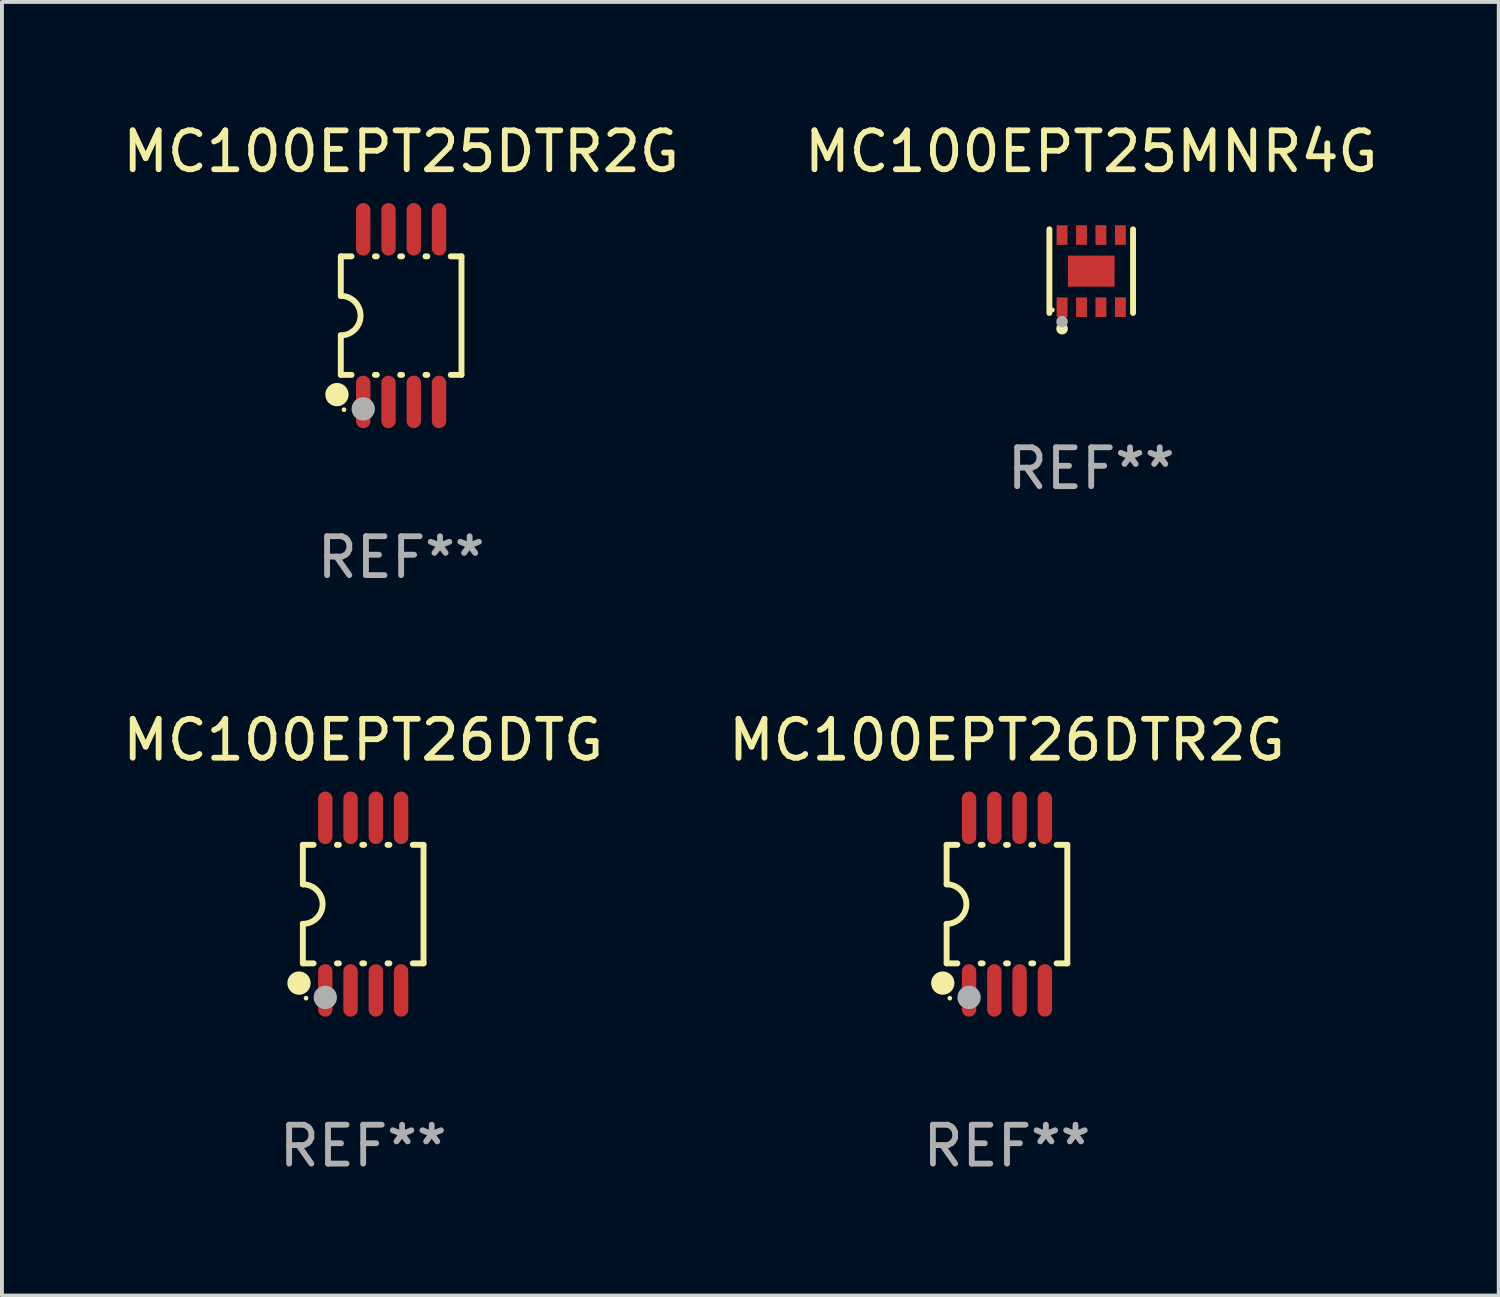
<source format=kicad_pcb>
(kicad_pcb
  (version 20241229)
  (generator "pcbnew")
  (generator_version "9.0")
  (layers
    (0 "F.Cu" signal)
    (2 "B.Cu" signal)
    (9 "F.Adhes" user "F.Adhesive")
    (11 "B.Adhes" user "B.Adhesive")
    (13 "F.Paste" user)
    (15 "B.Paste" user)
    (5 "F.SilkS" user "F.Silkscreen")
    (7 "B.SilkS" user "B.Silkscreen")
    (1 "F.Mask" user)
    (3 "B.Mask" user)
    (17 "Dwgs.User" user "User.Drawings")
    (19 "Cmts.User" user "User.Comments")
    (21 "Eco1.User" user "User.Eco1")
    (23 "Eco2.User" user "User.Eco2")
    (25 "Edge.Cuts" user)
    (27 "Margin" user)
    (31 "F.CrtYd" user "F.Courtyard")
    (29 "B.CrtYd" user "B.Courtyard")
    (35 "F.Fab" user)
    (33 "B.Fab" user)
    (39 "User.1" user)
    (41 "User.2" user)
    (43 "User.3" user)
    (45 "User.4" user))
  (footprint "MC100EPT26DTR2G"
    (layer "F.Cu")
    (at 22.851 20.205)
    (property "Reference" "MC100EPT26DTR2G" (at 0 -4.22 0) (layer "F.SilkS") (effects (font (size 1 1) (thickness 0.15))))
    (attr through_hole)
    (fp_line (start -1.552 -1.524) (end -1.276 -1.524) (stroke (width 0.152) (type solid)) (layer "F.SilkS"))
    (fp_line (start -1.552 -0.508) (end -1.552 -1.524) (stroke (width 0.152) (type solid)) (layer "F.SilkS"))
    (fp_line (start -1.552 1.524) (end -1.552 0.508) (stroke (width 0.152) (type solid)) (layer "F.SilkS"))
    (fp_line (start -1.552 1.524) (end -1.276 1.524) (stroke (width 0.152) (type solid)) (layer "F.SilkS"))
    (fp_line (start -0.674 -1.524) (end -0.626 -1.524) (stroke (width 0.152) (type solid)) (layer "F.SilkS"))
    (fp_line (start -0.674 1.524) (end -0.626 1.524) (stroke (width 0.152) (type solid)) (layer "F.SilkS"))
    (fp_line (start -0.024 -1.524) (end 0.024 -1.524) (stroke (width 0.152) (type solid)) (layer "F.SilkS"))
    (fp_line (start -0.024 1.524) (end 0.024 1.524) (stroke (width 0.152) (type solid)) (layer "F.SilkS"))
    (fp_line (start 0.626 -1.524) (end 0.674 -1.524) (stroke (width 0.152) (type solid)) (layer "F.SilkS"))
    (fp_line (start 0.626 1.524) (end 0.674 1.524) (stroke (width 0.152) (type solid)) (layer "F.SilkS"))
    (fp_line (start 1.276 1.524) (end 1.552 1.524) (stroke (width 0.152) (type solid)) (layer "F.SilkS"))
    (fp_line (start 1.276 -1.524) (end 1.552 -1.524) (stroke (width 0.152) (type solid)) (layer "F.SilkS"))
    (fp_line (start 1.552 -1.524) (end 1.552 1.524) (stroke (width 0.152) (type solid)) (layer "F.SilkS"))
    (fp_arc (start -1.551943 -0.508001) (mid -1.043942 0) (end -1.551943 0.508001) (stroke (width 0.151994) (type solid)) (layer "F.SilkS"))
    (fp_circle (center -1.651 2.032) (end -1.501 2.032) (stroke (width 0.3) (type solid)) (fill no) (layer "F.SilkS"))
    (fp_circle (center -1.47 2.42) (end -1.44 2.42) (stroke (width 0.06) (type solid)) (fill no) (layer "F.SilkS"))
    (fp_circle (center -0.975 2.4) (end -0.825 2.4) (stroke (width 0.3) (type solid)) (fill no) (layer "F.Fab"))
    (fp_text user "REF**" (at 0 6.22 0) (layer "F.Fab") (effects (font (size 1 1) (thickness 0.15))))
    (pad "1" smd oval (at -0.975 2.22) (size 0.37 1.35) (layers "F.Cu" "F.Mask" "F.Paste"))
    (pad "2" smd oval (at -0.325 2.22) (size 0.37 1.35) (layers "F.Cu" "F.Mask" "F.Paste"))
    (pad "3" smd oval (at 0.325 2.22) (size 0.37 1.35) (layers "F.Cu" "F.Mask" "F.Paste"))
    (pad "4" smd oval (at 0.975 2.22) (size 0.37 1.35) (layers "F.Cu" "F.Mask" "F.Paste"))
    (pad "5" smd oval (at 0.975 -2.22) (size 0.37 1.35) (layers "F.Cu" "F.Mask" "F.Paste"))
    (pad "6" smd oval (at 0.325 -2.22) (size 0.37 1.35) (layers "F.Cu" "F.Mask" "F.Paste"))
    (pad "7" smd oval (at -0.325 -2.22) (size 0.37 1.35) (layers "F.Cu" "F.Mask" "F.Paste"))
    (pad "8" smd oval (at -0.975 -2.22) (size 0.37 1.35) (layers "F.Cu" "F.Mask" "F.Paste")))
  (footprint "MC100EPT25DTR2G"
    (layer "F.Cu")
    (at 7.268 5.068)
    (property "Reference" "MC100EPT25DTR2G" (at 0 -4.22 0) (layer "F.SilkS") (effects (font (size 1 1) (thickness 0.15))))
    (attr through_hole)
    (fp_line (start -1.552 -1.524) (end -1.276 -1.524) (stroke (width 0.152) (type solid)) (layer "F.SilkS"))
    (fp_line (start -1.552 -0.508) (end -1.552 -1.524) (stroke (width 0.152) (type solid)) (layer "F.SilkS"))
    (fp_line (start -1.552 1.524) (end -1.552 0.508) (stroke (width 0.152) (type solid)) (layer "F.SilkS"))
    (fp_line (start -1.552 1.524) (end -1.276 1.524) (stroke (width 0.152) (type solid)) (layer "F.SilkS"))
    (fp_line (start -0.674 -1.524) (end -0.626 -1.524) (stroke (width 0.152) (type solid)) (layer "F.SilkS"))
    (fp_line (start -0.674 1.524) (end -0.626 1.524) (stroke (width 0.152) (type solid)) (layer "F.SilkS"))
    (fp_line (start -0.024 -1.524) (end 0.024 -1.524) (stroke (width 0.152) (type solid)) (layer "F.SilkS"))
    (fp_line (start -0.024 1.524) (end 0.024 1.524) (stroke (width 0.152) (type solid)) (layer "F.SilkS"))
    (fp_line (start 0.626 -1.524) (end 0.674 -1.524) (stroke (width 0.152) (type solid)) (layer "F.SilkS"))
    (fp_line (start 0.626 1.524) (end 0.674 1.524) (stroke (width 0.152) (type solid)) (layer "F.SilkS"))
    (fp_line (start 1.276 1.524) (end 1.552 1.524) (stroke (width 0.152) (type solid)) (layer "F.SilkS"))
    (fp_line (start 1.276 -1.524) (end 1.552 -1.524) (stroke (width 0.152) (type solid)) (layer "F.SilkS"))
    (fp_line (start 1.552 -1.524) (end 1.552 1.524) (stroke (width 0.152) (type solid)) (layer "F.SilkS"))
    (fp_arc (start -1.551943 -0.508001) (mid -1.043942 0) (end -1.551943 0.508001) (stroke (width 0.151994) (type solid)) (layer "F.SilkS"))
    (fp_circle (center -1.651 2.032) (end -1.501 2.032) (stroke (width 0.3) (type solid)) (fill no) (layer "F.SilkS"))
    (fp_circle (center -1.47 2.42) (end -1.44 2.42) (stroke (width 0.06) (type solid)) (fill no) (layer "F.SilkS"))
    (fp_circle (center -0.975 2.4) (end -0.825 2.4) (stroke (width 0.3) (type solid)) (fill no) (layer "F.Fab"))
    (fp_text user "REF**" (at 0 6.22 0) (layer "F.Fab") (effects (font (size 1 1) (thickness 0.15))))
    (pad "1" smd oval (at -0.975 2.22) (size 0.37 1.35) (layers "F.Cu" "F.Mask" "F.Paste"))
    (pad "2" smd oval (at -0.325 2.22) (size 0.37 1.35) (layers "F.Cu" "F.Mask" "F.Paste"))
    (pad "3" smd oval (at 0.325 2.22) (size 0.37 1.35) (layers "F.Cu" "F.Mask" "F.Paste"))
    (pad "4" smd oval (at 0.975 2.22) (size 0.37 1.35) (layers "F.Cu" "F.Mask" "F.Paste"))
    (pad "5" smd oval (at 0.975 -2.22) (size 0.37 1.35) (layers "F.Cu" "F.Mask" "F.Paste"))
    (pad "6" smd oval (at 0.325 -2.22) (size 0.37 1.35) (layers "F.Cu" "F.Mask" "F.Paste"))
    (pad "7" smd oval (at -0.325 -2.22) (size 0.37 1.35) (layers "F.Cu" "F.Mask" "F.Paste"))
    (pad "8" smd oval (at -0.975 -2.22) (size 0.37 1.35) (layers "F.Cu" "F.Mask" "F.Paste")))
  (footprint "MC100EPT26DTG"
    (layer "F.Cu")
    (at 6.292 20.205)
    (property "Reference" "MC100EPT26DTG" (at 0 -4.22 0) (layer "F.SilkS") (effects (font (size 1 1) (thickness 0.15))))
    (attr through_hole)
    (fp_line (start -1.552 -1.524) (end -1.276 -1.524) (stroke (width 0.152) (type solid)) (layer "F.SilkS"))
    (fp_line (start -1.552 -0.508) (end -1.552 -1.524) (stroke (width 0.152) (type solid)) (layer "F.SilkS"))
    (fp_line (start -1.552 1.524) (end -1.552 0.508) (stroke (width 0.152) (type solid)) (layer "F.SilkS"))
    (fp_line (start -1.552 1.524) (end -1.276 1.524) (stroke (width 0.152) (type solid)) (layer "F.SilkS"))
    (fp_line (start -0.674 -1.524) (end -0.626 -1.524) (stroke (width 0.152) (type solid)) (layer "F.SilkS"))
    (fp_line (start -0.674 1.524) (end -0.626 1.524) (stroke (width 0.152) (type solid)) (layer "F.SilkS"))
    (fp_line (start -0.024 -1.524) (end 0.024 -1.524) (stroke (width 0.152) (type solid)) (layer "F.SilkS"))
    (fp_line (start -0.024 1.524) (end 0.024 1.524) (stroke (width 0.152) (type solid)) (layer "F.SilkS"))
    (fp_line (start 0.626 -1.524) (end 0.674 -1.524) (stroke (width 0.152) (type solid)) (layer "F.SilkS"))
    (fp_line (start 0.626 1.524) (end 0.674 1.524) (stroke (width 0.152) (type solid)) (layer "F.SilkS"))
    (fp_line (start 1.276 1.524) (end 1.552 1.524) (stroke (width 0.152) (type solid)) (layer "F.SilkS"))
    (fp_line (start 1.276 -1.524) (end 1.552 -1.524) (stroke (width 0.152) (type solid)) (layer "F.SilkS"))
    (fp_line (start 1.552 -1.524) (end 1.552 1.524) (stroke (width 0.152) (type solid)) (layer "F.SilkS"))
    (fp_arc (start -1.551943 -0.508001) (mid -1.043942 0) (end -1.551943 0.508001) (stroke (width 0.151994) (type solid)) (layer "F.SilkS"))
    (fp_circle (center -1.651 2.032) (end -1.501 2.032) (stroke (width 0.3) (type solid)) (fill no) (layer "F.SilkS"))
    (fp_circle (center -1.47 2.42) (end -1.44 2.42) (stroke (width 0.06) (type solid)) (fill no) (layer "F.SilkS"))
    (fp_circle (center -0.975 2.4) (end -0.825 2.4) (stroke (width 0.3) (type solid)) (fill no) (layer "F.Fab"))
    (fp_text user "REF**" (at 0 6.22 0) (layer "F.Fab") (effects (font (size 1 1) (thickness 0.15))))
    (pad "1" smd oval (at -0.975 2.22) (size 0.37 1.35) (layers "F.Cu" "F.Mask" "F.Paste"))
    (pad "2" smd oval (at -0.325 2.22) (size 0.37 1.35) (layers "F.Cu" "F.Mask" "F.Paste"))
    (pad "3" smd oval (at 0.325 2.22) (size 0.37 1.35) (layers "F.Cu" "F.Mask" "F.Paste"))
    (pad "4" smd oval (at 0.975 2.22) (size 0.37 1.35) (layers "F.Cu" "F.Mask" "F.Paste"))
    (pad "5" smd oval (at 0.975 -2.22) (size 0.37 1.35) (layers "F.Cu" "F.Mask" "F.Paste"))
    (pad "6" smd oval (at 0.325 -2.22) (size 0.37 1.35) (layers "F.Cu" "F.Mask" "F.Paste"))
    (pad "7" smd oval (at -0.325 -2.22) (size 0.37 1.35) (layers "F.Cu" "F.Mask" "F.Paste"))
    (pad "8" smd oval (at -0.975 -2.22) (size 0.37 1.35) (layers "F.Cu" "F.Mask" "F.Paste")))
  (footprint "MC100EPT25MNR4G"
    (layer "F.Cu")
    (at 25.018 3.924)
    (property "Reference" "MC100EPT25MNR4G" (at 0 -3.076 0) (layer "F.SilkS") (effects (font (size 1 1) (thickness 0.15))))
    (attr through_hole)
    (fp_line (start -1.076 1.076) (end -1.076 -1.076) (stroke (width 0.152) (type solid)) (layer "F.SilkS"))
    (fp_line (start 1.076 1.076) (end 1.076 -1.076) (stroke (width 0.152) (type solid)) (layer "F.SilkS"))
    (fp_circle (center -1 1) (end -0.97 1) (stroke (width 0.06) (type solid)) (fill no) (layer "F.SilkS"))
    (fp_circle (center -0.75 1.48) (end -0.675 1.48) (stroke (width 0.15) (type solid)) (fill no) (layer "F.SilkS"))
    (fp_circle (center -0.75 1.3) (end -0.675 1.3) (stroke (width 0.15) (type solid)) (fill no) (layer "F.Fab"))
    (fp_text user "REF**" (at 0 5.076 0) (layer "F.Fab") (effects (font (size 1 1) (thickness 0.15))))
    (pad "1" smd rect (at -0.75 0.928) (size 0.28 0.505) (layers "F.Cu" "F.Mask" "F.Paste"))
    (pad "2" smd rect (at -0.25 0.928) (size 0.28 0.505) (layers "F.Cu" "F.Mask" "F.Paste"))
    (pad "3" smd rect (at 0.25 0.928) (size 0.28 0.505) (layers "F.Cu" "F.Mask" "F.Paste"))
    (pad "4" smd rect (at 0.75 0.928) (size 0.28 0.505) (layers "F.Cu" "F.Mask" "F.Paste"))
    (pad "5" smd rect (at 0.75 -0.928) (size 0.28 0.505) (layers "F.Cu" "F.Mask" "F.Paste"))
    (pad "6" smd rect (at 0.25 -0.928) (size 0.28 0.505) (layers "F.Cu" "F.Mask" "F.Paste"))
    (pad "7" smd rect (at -0.25 -0.928) (size 0.28 0.505) (layers "F.Cu" "F.Mask" "F.Paste"))
    (pad "8" smd rect (at -0.75 -0.928) (size 0.28 0.505) (layers "F.Cu" "F.Mask" "F.Paste"))
    (pad "9" smd rect (at 0 0) (size 1.2 0.8) (layers "F.Cu" "F.Mask" "F.Paste")))
  (gr_rect
    (start -3 -3)
    (end 35.5 30.274)
    (stroke (width 0.1) (type default))
    (fill no)
    (layer "Edge.Cuts")))
</source>
